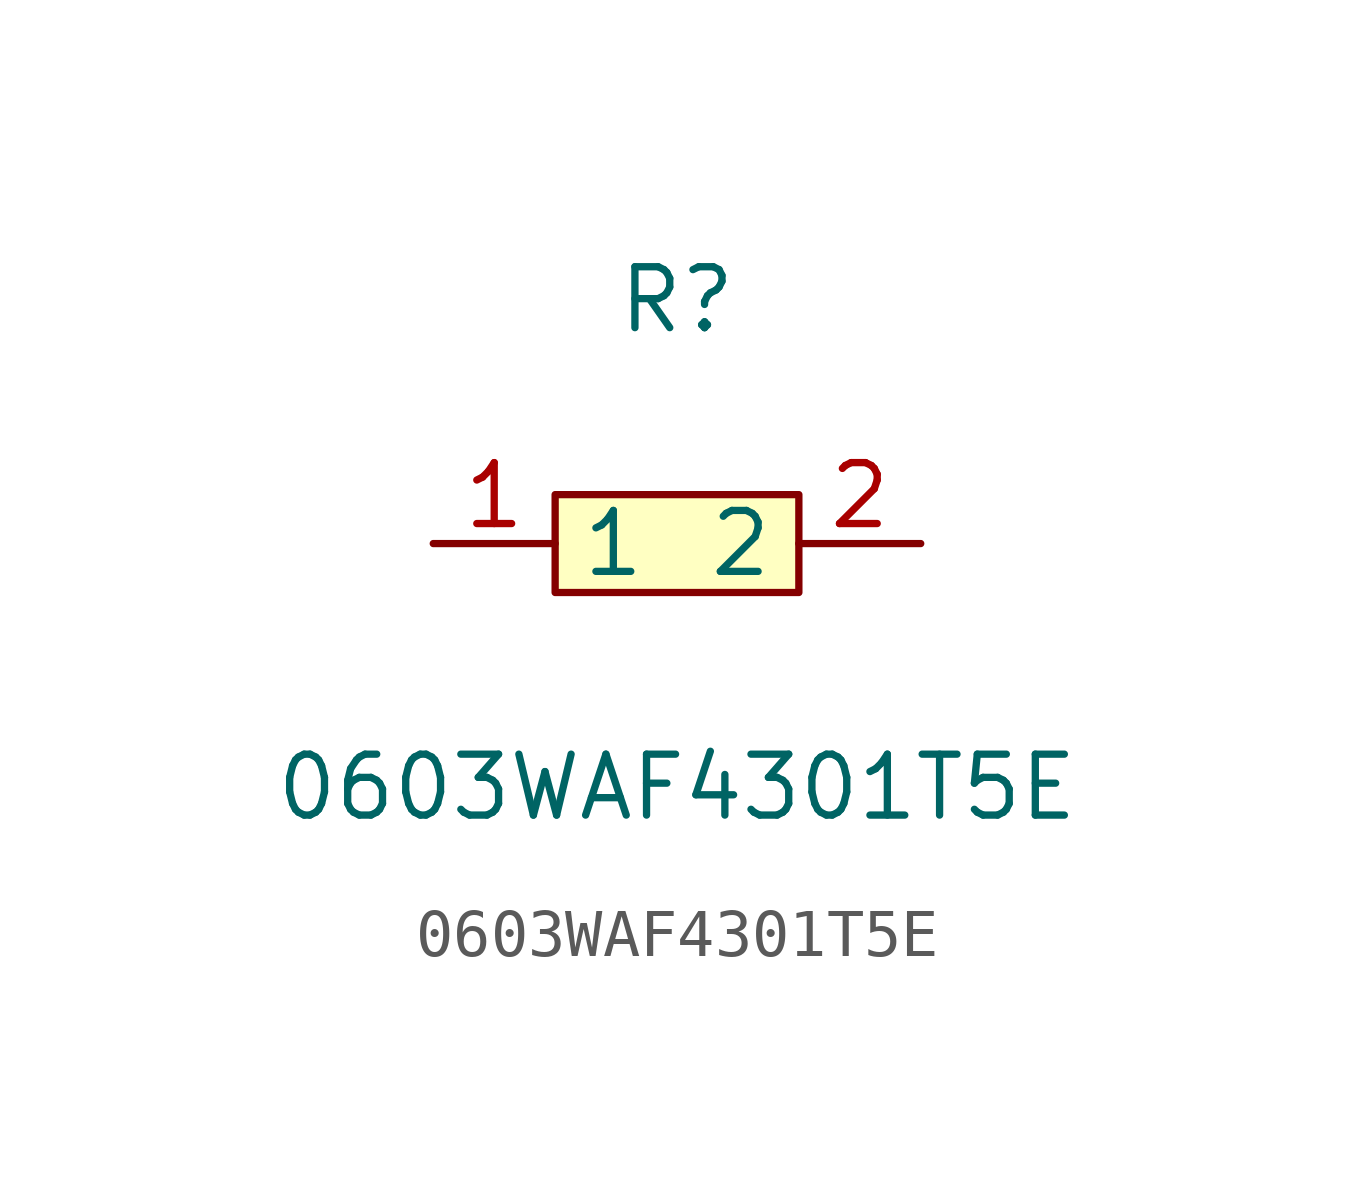
<source format=kicad_sym>
(kicad_symbol_lib
  (version 1)
  (generator "faebryk")
  (symbol "0603WAF4301T5E"
    (property "Reference" "R"
      (at 0 5.08 0)
      (effects (font (size 1.27 1.27)) (hide no)))
    (property "Value" "0603WAF4301T5E"
      (at 0 -5.08 0)
      (effects (font (size 1.27 1.27)) (hide no)))
    (symbol "0603WAF4301T5E_0_1"
      (rectangle (start -2.54 1.02) (end 2.54 -1.02) (stroke (width 0) (type default) (color 0 0 0 0)) (fill (type background)))
      (pin input line (at 5.08 0 180) (length 2.54) (name "2" (effects (font (size 1.27 1.27)) (hide no))) (number "2" (effects (font (size 1.27 1.27)) (hide no))))
      (pin input line (at -5.08 0 0) (length 2.54) (name "1" (effects (font (size 1.27 1.27)) (hide no))) (number "1" (effects (font (size 1.27 1.27)) (hide no)))))))
</source>
